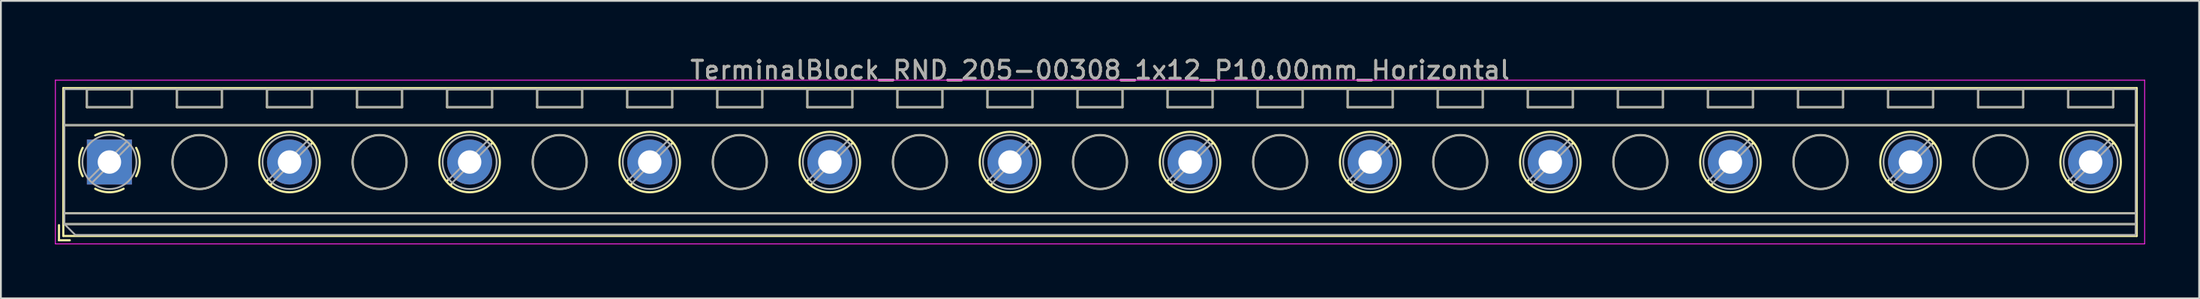
<source format=kicad_pcb>
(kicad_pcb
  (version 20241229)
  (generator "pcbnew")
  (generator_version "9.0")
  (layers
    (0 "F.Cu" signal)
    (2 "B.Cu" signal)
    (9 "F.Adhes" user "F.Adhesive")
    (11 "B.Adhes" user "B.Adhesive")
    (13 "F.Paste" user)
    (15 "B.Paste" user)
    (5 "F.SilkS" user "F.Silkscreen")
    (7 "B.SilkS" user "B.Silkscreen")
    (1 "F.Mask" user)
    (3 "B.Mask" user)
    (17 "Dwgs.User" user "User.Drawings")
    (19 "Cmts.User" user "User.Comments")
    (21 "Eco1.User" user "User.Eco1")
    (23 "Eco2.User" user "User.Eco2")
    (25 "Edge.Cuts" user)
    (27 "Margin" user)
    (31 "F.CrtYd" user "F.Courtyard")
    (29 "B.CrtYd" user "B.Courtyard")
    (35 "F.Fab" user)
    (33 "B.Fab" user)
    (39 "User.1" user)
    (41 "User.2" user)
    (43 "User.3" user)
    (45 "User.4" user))
  (footprint "TerminalBlock_RND_205-00308_1x12_P10.00mm_Horizontal"
    (layer "F.Cu")
    (at 3.025 5.958)
    (property "Reference" "TerminalBlock_RND_205-00308_1x12_P10.00mm_Horizontal" (at 55 -5.11 0) (layer "F.SilkS") (effects (font (size 1 1) (thickness 0.15))))
    (attr through_hole)
    (fp_line (start -2.8 3.51) (end -2.8 4.35) (stroke (width 0.12) (type solid)) (layer "F.SilkS"))
    (fp_line (start -2.8 4.35) (end -2.2 4.35) (stroke (width 0.12) (type solid)) (layer "F.SilkS"))
    (fp_line (start -2.56 -4.11) (end -2.56 4.11) (stroke (width 0.12) (type solid)) (layer "F.SilkS"))
    (fp_line (start -2.56 -4.11) (end 112.56 -4.11) (stroke (width 0.12) (type solid)) (layer "F.SilkS"))
    (fp_line (start -2.56 -2.05) (end 112.56 -2.05) (stroke (width 0.12) (type solid)) (layer "F.SilkS"))
    (fp_line (start -2.56 2.85) (end 112.56 2.85) (stroke (width 0.12) (type solid)) (layer "F.SilkS"))
    (fp_line (start -2.56 3.45) (end 112.56 3.45) (stroke (width 0.12) (type solid)) (layer "F.SilkS"))
    (fp_line (start -2.56 4.11) (end 112.56 4.11) (stroke (width 0.12) (type solid)) (layer "F.SilkS"))
    (fp_line (start -1.25 -4.05) (end -1.25 -3.05) (stroke (width 0.12) (type solid)) (layer "F.SilkS"))
    (fp_line (start -1.25 -4.05) (end 1.25 -4.05) (stroke (width 0.12) (type solid)) (layer "F.SilkS"))
    (fp_line (start -1.25 -3.05) (end 1.25 -3.05) (stroke (width 0.12) (type solid)) (layer "F.SilkS"))
    (fp_line (start 1.25 -4.05) (end 1.25 -3.05) (stroke (width 0.12) (type solid)) (layer "F.SilkS"))
    (fp_line (start 3.75 -4.05) (end 3.75 -3.05) (stroke (width 0.12) (type solid)) (layer "F.SilkS"))
    (fp_line (start 3.75 -4.05) (end 6.25 -4.05) (stroke (width 0.12) (type solid)) (layer "F.SilkS"))
    (fp_line (start 3.75 -3.05) (end 6.25 -3.05) (stroke (width 0.12) (type solid)) (layer "F.SilkS"))
    (fp_line (start 6.25 -4.05) (end 6.25 -3.05) (stroke (width 0.12) (type solid)) (layer "F.SilkS"))
    (fp_line (start 8.75 -4.05) (end 8.75 -3.05) (stroke (width 0.12) (type solid)) (layer "F.SilkS"))
    (fp_line (start 8.75 -4.05) (end 11.25 -4.05) (stroke (width 0.12) (type solid)) (layer "F.SilkS"))
    (fp_line (start 8.75 -3.05) (end 11.25 -3.05) (stroke (width 0.12) (type solid)) (layer "F.SilkS"))
    (fp_line (start 8.82 0.976) (end 8.726 1.069) (stroke (width 0.12) (type solid)) (layer "F.SilkS"))
    (fp_line (start 8.99 1.216) (end 8.931 1.274) (stroke (width 0.12) (type solid)) (layer "F.SilkS"))
    (fp_line (start 11.07 -1.275) (end 11.011 -1.216) (stroke (width 0.12) (type solid)) (layer "F.SilkS"))
    (fp_line (start 11.25 -4.05) (end 11.25 -3.05) (stroke (width 0.12) (type solid)) (layer "F.SilkS"))
    (fp_line (start 11.275 -1.069) (end 11.181 -0.976) (stroke (width 0.12) (type solid)) (layer "F.SilkS"))
    (fp_line (start 13.75 -4.05) (end 13.75 -3.05) (stroke (width 0.12) (type solid)) (layer "F.SilkS"))
    (fp_line (start 13.75 -4.05) (end 16.25 -4.05) (stroke (width 0.12) (type solid)) (layer "F.SilkS"))
    (fp_line (start 13.75 -3.05) (end 16.25 -3.05) (stroke (width 0.12) (type solid)) (layer "F.SilkS"))
    (fp_line (start 16.25 -4.05) (end 16.25 -3.05) (stroke (width 0.12) (type solid)) (layer "F.SilkS"))
    (fp_line (start 18.75 -4.05) (end 18.75 -3.05) (stroke (width 0.12) (type solid)) (layer "F.SilkS"))
    (fp_line (start 18.75 -4.05) (end 21.25 -4.05) (stroke (width 0.12) (type solid)) (layer "F.SilkS"))
    (fp_line (start 18.75 -3.05) (end 21.25 -3.05) (stroke (width 0.12) (type solid)) (layer "F.SilkS"))
    (fp_line (start 18.82 0.976) (end 18.726 1.069) (stroke (width 0.12) (type solid)) (layer "F.SilkS"))
    (fp_line (start 18.99 1.216) (end 18.931 1.274) (stroke (width 0.12) (type solid)) (layer "F.SilkS"))
    (fp_line (start 21.07 -1.275) (end 21.011 -1.216) (stroke (width 0.12) (type solid)) (layer "F.SilkS"))
    (fp_line (start 21.25 -4.05) (end 21.25 -3.05) (stroke (width 0.12) (type solid)) (layer "F.SilkS"))
    (fp_line (start 21.275 -1.069) (end 21.181 -0.976) (stroke (width 0.12) (type solid)) (layer "F.SilkS"))
    (fp_line (start 23.75 -4.05) (end 23.75 -3.05) (stroke (width 0.12) (type solid)) (layer "F.SilkS"))
    (fp_line (start 23.75 -4.05) (end 26.25 -4.05) (stroke (width 0.12) (type solid)) (layer "F.SilkS"))
    (fp_line (start 23.75 -3.05) (end 26.25 -3.05) (stroke (width 0.12) (type solid)) (layer "F.SilkS"))
    (fp_line (start 26.25 -4.05) (end 26.25 -3.05) (stroke (width 0.12) (type solid)) (layer "F.SilkS"))
    (fp_line (start 28.75 -4.05) (end 28.75 -3.05) (stroke (width 0.12) (type solid)) (layer "F.SilkS"))
    (fp_line (start 28.75 -4.05) (end 31.25 -4.05) (stroke (width 0.12) (type solid)) (layer "F.SilkS"))
    (fp_line (start 28.75 -3.05) (end 31.25 -3.05) (stroke (width 0.12) (type solid)) (layer "F.SilkS"))
    (fp_line (start 28.82 0.976) (end 28.726 1.069) (stroke (width 0.12) (type solid)) (layer "F.SilkS"))
    (fp_line (start 28.99 1.216) (end 28.931 1.274) (stroke (width 0.12) (type solid)) (layer "F.SilkS"))
    (fp_line (start 31.07 -1.275) (end 31.011 -1.216) (stroke (width 0.12) (type solid)) (layer "F.SilkS"))
    (fp_line (start 31.25 -4.05) (end 31.25 -3.05) (stroke (width 0.12) (type solid)) (layer "F.SilkS"))
    (fp_line (start 31.275 -1.069) (end 31.181 -0.976) (stroke (width 0.12) (type solid)) (layer "F.SilkS"))
    (fp_line (start 33.75 -4.05) (end 33.75 -3.05) (stroke (width 0.12) (type solid)) (layer "F.SilkS"))
    (fp_line (start 33.75 -4.05) (end 36.25 -4.05) (stroke (width 0.12) (type solid)) (layer "F.SilkS"))
    (fp_line (start 33.75 -3.05) (end 36.25 -3.05) (stroke (width 0.12) (type solid)) (layer "F.SilkS"))
    (fp_line (start 36.25 -4.05) (end 36.25 -3.05) (stroke (width 0.12) (type solid)) (layer "F.SilkS"))
    (fp_line (start 38.75 -4.05) (end 38.75 -3.05) (stroke (width 0.12) (type solid)) (layer "F.SilkS"))
    (fp_line (start 38.75 -4.05) (end 41.25 -4.05) (stroke (width 0.12) (type solid)) (layer "F.SilkS"))
    (fp_line (start 38.75 -3.05) (end 41.25 -3.05) (stroke (width 0.12) (type solid)) (layer "F.SilkS"))
    (fp_line (start 38.82 0.976) (end 38.726 1.069) (stroke (width 0.12) (type solid)) (layer "F.SilkS"))
    (fp_line (start 38.99 1.216) (end 38.931 1.274) (stroke (width 0.12) (type solid)) (layer "F.SilkS"))
    (fp_line (start 41.07 -1.275) (end 41.011 -1.216) (stroke (width 0.12) (type solid)) (layer "F.SilkS"))
    (fp_line (start 41.25 -4.05) (end 41.25 -3.05) (stroke (width 0.12) (type solid)) (layer "F.SilkS"))
    (fp_line (start 41.275 -1.069) (end 41.181 -0.976) (stroke (width 0.12) (type solid)) (layer "F.SilkS"))
    (fp_line (start 43.75 -4.05) (end 43.75 -3.05) (stroke (width 0.12) (type solid)) (layer "F.SilkS"))
    (fp_line (start 43.75 -4.05) (end 46.25 -4.05) (stroke (width 0.12) (type solid)) (layer "F.SilkS"))
    (fp_line (start 43.75 -3.05) (end 46.25 -3.05) (stroke (width 0.12) (type solid)) (layer "F.SilkS"))
    (fp_line (start 46.25 -4.05) (end 46.25 -3.05) (stroke (width 0.12) (type solid)) (layer "F.SilkS"))
    (fp_line (start 48.75 -4.05) (end 48.75 -3.05) (stroke (width 0.12) (type solid)) (layer "F.SilkS"))
    (fp_line (start 48.75 -4.05) (end 51.25 -4.05) (stroke (width 0.12) (type solid)) (layer "F.SilkS"))
    (fp_line (start 48.75 -3.05) (end 51.25 -3.05) (stroke (width 0.12) (type solid)) (layer "F.SilkS"))
    (fp_line (start 48.82 0.976) (end 48.726 1.069) (stroke (width 0.12) (type solid)) (layer "F.SilkS"))
    (fp_line (start 48.99 1.216) (end 48.931 1.274) (stroke (width 0.12) (type solid)) (layer "F.SilkS"))
    (fp_line (start 51.07 -1.275) (end 51.011 -1.216) (stroke (width 0.12) (type solid)) (layer "F.SilkS"))
    (fp_line (start 51.25 -4.05) (end 51.25 -3.05) (stroke (width 0.12) (type solid)) (layer "F.SilkS"))
    (fp_line (start 51.275 -1.069) (end 51.181 -0.976) (stroke (width 0.12) (type solid)) (layer "F.SilkS"))
    (fp_line (start 53.75 -4.05) (end 53.75 -3.05) (stroke (width 0.12) (type solid)) (layer "F.SilkS"))
    (fp_line (start 53.75 -4.05) (end 56.25 -4.05) (stroke (width 0.12) (type solid)) (layer "F.SilkS"))
    (fp_line (start 53.75 -3.05) (end 56.25 -3.05) (stroke (width 0.12) (type solid)) (layer "F.SilkS"))
    (fp_line (start 56.25 -4.05) (end 56.25 -3.05) (stroke (width 0.12) (type solid)) (layer "F.SilkS"))
    (fp_line (start 58.75 -4.05) (end 58.75 -3.05) (stroke (width 0.12) (type solid)) (layer "F.SilkS"))
    (fp_line (start 58.75 -4.05) (end 61.25 -4.05) (stroke (width 0.12) (type solid)) (layer "F.SilkS"))
    (fp_line (start 58.75 -3.05) (end 61.25 -3.05) (stroke (width 0.12) (type solid)) (layer "F.SilkS"))
    (fp_line (start 58.82 0.976) (end 58.726 1.069) (stroke (width 0.12) (type solid)) (layer "F.SilkS"))
    (fp_line (start 58.99 1.216) (end 58.931 1.274) (stroke (width 0.12) (type solid)) (layer "F.SilkS"))
    (fp_line (start 61.07 -1.275) (end 61.011 -1.216) (stroke (width 0.12) (type solid)) (layer "F.SilkS"))
    (fp_line (start 61.25 -4.05) (end 61.25 -3.05) (stroke (width 0.12) (type solid)) (layer "F.SilkS"))
    (fp_line (start 61.275 -1.069) (end 61.181 -0.976) (stroke (width 0.12) (type solid)) (layer "F.SilkS"))
    (fp_line (start 63.75 -4.05) (end 63.75 -3.05) (stroke (width 0.12) (type solid)) (layer "F.SilkS"))
    (fp_line (start 63.75 -4.05) (end 66.25 -4.05) (stroke (width 0.12) (type solid)) (layer "F.SilkS"))
    (fp_line (start 63.75 -3.05) (end 66.25 -3.05) (stroke (width 0.12) (type solid)) (layer "F.SilkS"))
    (fp_line (start 66.25 -4.05) (end 66.25 -3.05) (stroke (width 0.12) (type solid)) (layer "F.SilkS"))
    (fp_line (start 68.75 -4.05) (end 68.75 -3.05) (stroke (width 0.12) (type solid)) (layer "F.SilkS"))
    (fp_line (start 68.75 -4.05) (end 71.25 -4.05) (stroke (width 0.12) (type solid)) (layer "F.SilkS"))
    (fp_line (start 68.75 -3.05) (end 71.25 -3.05) (stroke (width 0.12) (type solid)) (layer "F.SilkS"))
    (fp_line (start 68.82 0.976) (end 68.726 1.069) (stroke (width 0.12) (type solid)) (layer "F.SilkS"))
    (fp_line (start 68.99 1.216) (end 68.931 1.274) (stroke (width 0.12) (type solid)) (layer "F.SilkS"))
    (fp_line (start 71.07 -1.275) (end 71.011 -1.216) (stroke (width 0.12) (type solid)) (layer "F.SilkS"))
    (fp_line (start 71.25 -4.05) (end 71.25 -3.05) (stroke (width 0.12) (type solid)) (layer "F.SilkS"))
    (fp_line (start 71.275 -1.069) (end 71.181 -0.976) (stroke (width 0.12) (type solid)) (layer "F.SilkS"))
    (fp_line (start 73.75 -4.05) (end 73.75 -3.05) (stroke (width 0.12) (type solid)) (layer "F.SilkS"))
    (fp_line (start 73.75 -4.05) (end 76.25 -4.05) (stroke (width 0.12) (type solid)) (layer "F.SilkS"))
    (fp_line (start 73.75 -3.05) (end 76.25 -3.05) (stroke (width 0.12) (type solid)) (layer "F.SilkS"))
    (fp_line (start 76.25 -4.05) (end 76.25 -3.05) (stroke (width 0.12) (type solid)) (layer "F.SilkS"))
    (fp_line (start 78.75 -4.05) (end 78.75 -3.05) (stroke (width 0.12) (type solid)) (layer "F.SilkS"))
    (fp_line (start 78.75 -4.05) (end 81.25 -4.05) (stroke (width 0.12) (type solid)) (layer "F.SilkS"))
    (fp_line (start 78.75 -3.05) (end 81.25 -3.05) (stroke (width 0.12) (type solid)) (layer "F.SilkS"))
    (fp_line (start 78.82 0.976) (end 78.726 1.069) (stroke (width 0.12) (type solid)) (layer "F.SilkS"))
    (fp_line (start 78.99 1.216) (end 78.931 1.274) (stroke (width 0.12) (type solid)) (layer "F.SilkS"))
    (fp_line (start 81.07 -1.275) (end 81.011 -1.216) (stroke (width 0.12) (type solid)) (layer "F.SilkS"))
    (fp_line (start 81.25 -4.05) (end 81.25 -3.05) (stroke (width 0.12) (type solid)) (layer "F.SilkS"))
    (fp_line (start 81.275 -1.069) (end 81.181 -0.976) (stroke (width 0.12) (type solid)) (layer "F.SilkS"))
    (fp_line (start 83.75 -4.05) (end 83.75 -3.05) (stroke (width 0.12) (type solid)) (layer "F.SilkS"))
    (fp_line (start 83.75 -4.05) (end 86.25 -4.05) (stroke (width 0.12) (type solid)) (layer "F.SilkS"))
    (fp_line (start 83.75 -3.05) (end 86.25 -3.05) (stroke (width 0.12) (type solid)) (layer "F.SilkS"))
    (fp_line (start 86.25 -4.05) (end 86.25 -3.05) (stroke (width 0.12) (type solid)) (layer "F.SilkS"))
    (fp_line (start 88.75 -4.05) (end 88.75 -3.05) (stroke (width 0.12) (type solid)) (layer "F.SilkS"))
    (fp_line (start 88.75 -4.05) (end 91.25 -4.05) (stroke (width 0.12) (type solid)) (layer "F.SilkS"))
    (fp_line (start 88.75 -3.05) (end 91.25 -3.05) (stroke (width 0.12) (type solid)) (layer "F.SilkS"))
    (fp_line (start 88.82 0.976) (end 88.726 1.069) (stroke (width 0.12) (type solid)) (layer "F.SilkS"))
    (fp_line (start 88.99 1.216) (end 88.931 1.274) (stroke (width 0.12) (type solid)) (layer "F.SilkS"))
    (fp_line (start 91.07 -1.275) (end 91.011 -1.216) (stroke (width 0.12) (type solid)) (layer "F.SilkS"))
    (fp_line (start 91.25 -4.05) (end 91.25 -3.05) (stroke (width 0.12) (type solid)) (layer "F.SilkS"))
    (fp_line (start 91.275 -1.069) (end 91.181 -0.976) (stroke (width 0.12) (type solid)) (layer "F.SilkS"))
    (fp_line (start 93.75 -4.05) (end 93.75 -3.05) (stroke (width 0.12) (type solid)) (layer "F.SilkS"))
    (fp_line (start 93.75 -4.05) (end 96.25 -4.05) (stroke (width 0.12) (type solid)) (layer "F.SilkS"))
    (fp_line (start 93.75 -3.05) (end 96.25 -3.05) (stroke (width 0.12) (type solid)) (layer "F.SilkS"))
    (fp_line (start 96.25 -4.05) (end 96.25 -3.05) (stroke (width 0.12) (type solid)) (layer "F.SilkS"))
    (fp_line (start 98.75 -4.05) (end 98.75 -3.05) (stroke (width 0.12) (type solid)) (layer "F.SilkS"))
    (fp_line (start 98.75 -4.05) (end 101.25 -4.05) (stroke (width 0.12) (type solid)) (layer "F.SilkS"))
    (fp_line (start 98.75 -3.05) (end 101.25 -3.05) (stroke (width 0.12) (type solid)) (layer "F.SilkS"))
    (fp_line (start 98.82 0.976) (end 98.726 1.069) (stroke (width 0.12) (type solid)) (layer "F.SilkS"))
    (fp_line (start 98.99 1.216) (end 98.931 1.274) (stroke (width 0.12) (type solid)) (layer "F.SilkS"))
    (fp_line (start 101.07 -1.275) (end 101.011 -1.216) (stroke (width 0.12) (type solid)) (layer "F.SilkS"))
    (fp_line (start 101.25 -4.05) (end 101.25 -3.05) (stroke (width 0.12) (type solid)) (layer "F.SilkS"))
    (fp_line (start 101.275 -1.069) (end 101.181 -0.976) (stroke (width 0.12) (type solid)) (layer "F.SilkS"))
    (fp_line (start 103.75 -4.05) (end 103.75 -3.05) (stroke (width 0.12) (type solid)) (layer "F.SilkS"))
    (fp_line (start 103.75 -4.05) (end 106.25 -4.05) (stroke (width 0.12) (type solid)) (layer "F.SilkS"))
    (fp_line (start 103.75 -3.05) (end 106.25 -3.05) (stroke (width 0.12) (type solid)) (layer "F.SilkS"))
    (fp_line (start 106.25 -4.05) (end 106.25 -3.05) (stroke (width 0.12) (type solid)) (layer "F.SilkS"))
    (fp_line (start 108.75 -4.05) (end 108.75 -3.05) (stroke (width 0.12) (type solid)) (layer "F.SilkS"))
    (fp_line (start 108.75 -4.05) (end 111.25 -4.05) (stroke (width 0.12) (type solid)) (layer "F.SilkS"))
    (fp_line (start 108.75 -3.05) (end 111.25 -3.05) (stroke (width 0.12) (type solid)) (layer "F.SilkS"))
    (fp_line (start 108.82 0.976) (end 108.726 1.069) (stroke (width 0.12) (type solid)) (layer "F.SilkS"))
    (fp_line (start 108.99 1.216) (end 108.931 1.274) (stroke (width 0.12) (type solid)) (layer "F.SilkS"))
    (fp_line (start 111.07 -1.275) (end 111.011 -1.216) (stroke (width 0.12) (type solid)) (layer "F.SilkS"))
    (fp_line (start 111.25 -4.05) (end 111.25 -3.05) (stroke (width 0.12) (type solid)) (layer "F.SilkS"))
    (fp_line (start 111.275 -1.069) (end 111.181 -0.976) (stroke (width 0.12) (type solid)) (layer "F.SilkS"))
    (fp_line (start 112.56 -4.11) (end 112.56 4.11) (stroke (width 0.12) (type solid)) (layer "F.SilkS"))
    (fp_arc (start -1.483953 0.789089) (mid -1.680708 0.00005) (end -1.484 -0.789) (stroke (width 0.12) (type solid)) (layer "F.SilkS"))
    (fp_arc (start -0.789089 -1.483953) (mid -0.00005 -1.680708) (end 0.789 -1.484) (stroke (width 0.12) (type solid)) (layer "F.SilkS"))
    (fp_arc (start 0.029383 1.68045) (mid -0.392304 1.634281) (end -0.789 1.484) (stroke (width 0.12) (type solid)) (layer "F.SilkS"))
    (fp_arc (start 0.788712 1.483352) (mid 0.406429 1.630097) (end 0 1.68) (stroke (width 0.12) (type solid)) (layer "F.SilkS"))
    (fp_arc (start 1.483953 -0.789089) (mid 1.680708 -0.00005) (end 1.484 0.789) (stroke (width 0.12) (type solid)) (layer "F.SilkS"))
    (fp_circle (center 5 0) (end 6.5 0) (stroke (width 0.12) (type solid)) (fill no) (layer "F.SilkS"))
    (fp_circle (center 10 0) (end 11.68 0) (stroke (width 0.12) (type solid)) (fill no) (layer "F.SilkS"))
    (fp_circle (center 15 0) (end 16.5 0) (stroke (width 0.12) (type solid)) (fill no) (layer "F.SilkS"))
    (fp_circle (center 20 0) (end 21.68 0) (stroke (width 0.12) (type solid)) (fill no) (layer "F.SilkS"))
    (fp_circle (center 25 0) (end 26.5 0) (stroke (width 0.12) (type solid)) (fill no) (layer "F.SilkS"))
    (fp_circle (center 30 0) (end 31.68 0) (stroke (width 0.12) (type solid)) (fill no) (layer "F.SilkS"))
    (fp_circle (center 35 0) (end 36.5 0) (stroke (width 0.12) (type solid)) (fill no) (layer "F.SilkS"))
    (fp_circle (center 40 0) (end 41.68 0) (stroke (width 0.12) (type solid)) (fill no) (layer "F.SilkS"))
    (fp_circle (center 45 0) (end 46.5 0) (stroke (width 0.12) (type solid)) (fill no) (layer "F.SilkS"))
    (fp_circle (center 50 0) (end 51.68 0) (stroke (width 0.12) (type solid)) (fill no) (layer "F.SilkS"))
    (fp_circle (center 55 0) (end 56.5 0) (stroke (width 0.12) (type solid)) (fill no) (layer "F.SilkS"))
    (fp_circle (center 60 0) (end 61.68 0) (stroke (width 0.12) (type solid)) (fill no) (layer "F.SilkS"))
    (fp_circle (center 65 0) (end 66.5 0) (stroke (width 0.12) (type solid)) (fill no) (layer "F.SilkS"))
    (fp_circle (center 70 0) (end 71.68 0) (stroke (width 0.12) (type solid)) (fill no) (layer "F.SilkS"))
    (fp_circle (center 75 0) (end 76.5 0) (stroke (width 0.12) (type solid)) (fill no) (layer "F.SilkS"))
    (fp_circle (center 80 0) (end 81.68 0) (stroke (width 0.12) (type solid)) (fill no) (layer "F.SilkS"))
    (fp_circle (center 85 0) (end 86.5 0) (stroke (width 0.12) (type solid)) (fill no) (layer "F.SilkS"))
    (fp_circle (center 90 0) (end 91.68 0) (stroke (width 0.12) (type solid)) (fill no) (layer "F.SilkS"))
    (fp_circle (center 95 0) (end 96.5 0) (stroke (width 0.12) (type solid)) (fill no) (layer "F.SilkS"))
    (fp_circle (center 100 0) (end 101.68 0) (stroke (width 0.12) (type solid)) (fill no) (layer "F.SilkS"))
    (fp_circle (center 105 0) (end 106.5 0) (stroke (width 0.12) (type solid)) (fill no) (layer "F.SilkS"))
    (fp_circle (center 110 0) (end 111.68 0) (stroke (width 0.12) (type solid)) (fill no) (layer "F.SilkS"))
    (fp_line (start -3 -4.55) (end -3 4.55) (stroke (width 0.05) (type solid)) (layer "F.CrtYd"))
    (fp_line (start -3 4.55) (end 113 4.55) (stroke (width 0.05) (type solid)) (layer "F.CrtYd"))
    (fp_line (start 113 -4.55) (end -3 -4.55) (stroke (width 0.05) (type solid)) (layer "F.CrtYd"))
    (fp_line (start 113 4.55) (end 113 -4.55) (stroke (width 0.05) (type solid)) (layer "F.CrtYd"))
    (fp_line (start -2.5 -4.05) (end 112.5 -4.05) (stroke (width 0.1) (type solid)) (layer "F.Fab"))
    (fp_line (start -2.5 -2.05) (end 112.5 -2.05) (stroke (width 0.1) (type solid)) (layer "F.Fab"))
    (fp_line (start -2.5 2.85) (end 112.5 2.85) (stroke (width 0.1) (type solid)) (layer "F.Fab"))
    (fp_line (start -2.5 3.45) (end -2.5 -4.05) (stroke (width 0.1) (type solid)) (layer "F.Fab"))
    (fp_line (start -2.5 3.45) (end 112.5 3.45) (stroke (width 0.1) (type solid)) (layer "F.Fab"))
    (fp_line (start -1.9 4.05) (end -2.5 3.45) (stroke (width 0.1) (type solid)) (layer "F.Fab"))
    (fp_line (start -1.25 -4.05) (end -1.25 -3.05) (stroke (width 0.1) (type solid)) (layer "F.Fab"))
    (fp_line (start -1.25 -3.05) (end 1.25 -3.05) (stroke (width 0.1) (type solid)) (layer "F.Fab"))
    (fp_line (start 0.955 -1.138) (end -1.138 0.955) (stroke (width 0.1) (type solid)) (layer "F.Fab"))
    (fp_line (start 1.138 -0.955) (end -0.955 1.138) (stroke (width 0.1) (type solid)) (layer "F.Fab"))
    (fp_line (start 1.25 -4.05) (end -1.25 -4.05) (stroke (width 0.1) (type solid)) (layer "F.Fab"))
    (fp_line (start 1.25 -3.05) (end 1.25 -4.05) (stroke (width 0.1) (type solid)) (layer "F.Fab"))
    (fp_line (start 3.75 -4.05) (end 3.75 -3.05) (stroke (width 0.1) (type solid)) (layer "F.Fab"))
    (fp_line (start 3.75 -3.05) (end 6.25 -3.05) (stroke (width 0.1) (type solid)) (layer "F.Fab"))
    (fp_line (start 6.25 -4.05) (end 3.75 -4.05) (stroke (width 0.1) (type solid)) (layer "F.Fab"))
    (fp_line (start 6.25 -3.05) (end 6.25 -4.05) (stroke (width 0.1) (type solid)) (layer "F.Fab"))
    (fp_line (start 8.75 -4.05) (end 8.75 -3.05) (stroke (width 0.1) (type solid)) (layer "F.Fab"))
    (fp_line (start 8.75 -3.05) (end 11.25 -3.05) (stroke (width 0.1) (type solid)) (layer "F.Fab"))
    (fp_line (start 10.955 -1.138) (end 8.863 0.955) (stroke (width 0.1) (type solid)) (layer "F.Fab"))
    (fp_line (start 11.138 -0.955) (end 9.046 1.138) (stroke (width 0.1) (type solid)) (layer "F.Fab"))
    (fp_line (start 11.25 -4.05) (end 8.75 -4.05) (stroke (width 0.1) (type solid)) (layer "F.Fab"))
    (fp_line (start 11.25 -3.05) (end 11.25 -4.05) (stroke (width 0.1) (type solid)) (layer "F.Fab"))
    (fp_line (start 13.75 -4.05) (end 13.75 -3.05) (stroke (width 0.1) (type solid)) (layer "F.Fab"))
    (fp_line (start 13.75 -3.05) (end 16.25 -3.05) (stroke (width 0.1) (type solid)) (layer "F.Fab"))
    (fp_line (start 16.25 -4.05) (end 13.75 -4.05) (stroke (width 0.1) (type solid)) (layer "F.Fab"))
    (fp_line (start 16.25 -3.05) (end 16.25 -4.05) (stroke (width 0.1) (type solid)) (layer "F.Fab"))
    (fp_line (start 18.75 -4.05) (end 18.75 -3.05) (stroke (width 0.1) (type solid)) (layer "F.Fab"))
    (fp_line (start 18.75 -3.05) (end 21.25 -3.05) (stroke (width 0.1) (type solid)) (layer "F.Fab"))
    (fp_line (start 20.955 -1.138) (end 18.863 0.955) (stroke (width 0.1) (type solid)) (layer "F.Fab"))
    (fp_line (start 21.138 -0.955) (end 19.046 1.138) (stroke (width 0.1) (type solid)) (layer "F.Fab"))
    (fp_line (start 21.25 -4.05) (end 18.75 -4.05) (stroke (width 0.1) (type solid)) (layer "F.Fab"))
    (fp_line (start 21.25 -3.05) (end 21.25 -4.05) (stroke (width 0.1) (type solid)) (layer "F.Fab"))
    (fp_line (start 23.75 -4.05) (end 23.75 -3.05) (stroke (width 0.1) (type solid)) (layer "F.Fab"))
    (fp_line (start 23.75 -3.05) (end 26.25 -3.05) (stroke (width 0.1) (type solid)) (layer "F.Fab"))
    (fp_line (start 26.25 -4.05) (end 23.75 -4.05) (stroke (width 0.1) (type solid)) (layer "F.Fab"))
    (fp_line (start 26.25 -3.05) (end 26.25 -4.05) (stroke (width 0.1) (type solid)) (layer "F.Fab"))
    (fp_line (start 28.75 -4.05) (end 28.75 -3.05) (stroke (width 0.1) (type solid)) (layer "F.Fab"))
    (fp_line (start 28.75 -3.05) (end 31.25 -3.05) (stroke (width 0.1) (type solid)) (layer "F.Fab"))
    (fp_line (start 30.955 -1.138) (end 28.863 0.955) (stroke (width 0.1) (type solid)) (layer "F.Fab"))
    (fp_line (start 31.138 -0.955) (end 29.046 1.138) (stroke (width 0.1) (type solid)) (layer "F.Fab"))
    (fp_line (start 31.25 -4.05) (end 28.75 -4.05) (stroke (width 0.1) (type solid)) (layer "F.Fab"))
    (fp_line (start 31.25 -3.05) (end 31.25 -4.05) (stroke (width 0.1) (type solid)) (layer "F.Fab"))
    (fp_line (start 33.75 -4.05) (end 33.75 -3.05) (stroke (width 0.1) (type solid)) (layer "F.Fab"))
    (fp_line (start 33.75 -3.05) (end 36.25 -3.05) (stroke (width 0.1) (type solid)) (layer "F.Fab"))
    (fp_line (start 36.25 -4.05) (end 33.75 -4.05) (stroke (width 0.1) (type solid)) (layer "F.Fab"))
    (fp_line (start 36.25 -3.05) (end 36.25 -4.05) (stroke (width 0.1) (type solid)) (layer "F.Fab"))
    (fp_line (start 38.75 -4.05) (end 38.75 -3.05) (stroke (width 0.1) (type solid)) (layer "F.Fab"))
    (fp_line (start 38.75 -3.05) (end 41.25 -3.05) (stroke (width 0.1) (type solid)) (layer "F.Fab"))
    (fp_line (start 40.955 -1.138) (end 38.863 0.955) (stroke (width 0.1) (type solid)) (layer "F.Fab"))
    (fp_line (start 41.138 -0.955) (end 39.046 1.138) (stroke (width 0.1) (type solid)) (layer "F.Fab"))
    (fp_line (start 41.25 -4.05) (end 38.75 -4.05) (stroke (width 0.1) (type solid)) (layer "F.Fab"))
    (fp_line (start 41.25 -3.05) (end 41.25 -4.05) (stroke (width 0.1) (type solid)) (layer "F.Fab"))
    (fp_line (start 43.75 -4.05) (end 43.75 -3.05) (stroke (width 0.1) (type solid)) (layer "F.Fab"))
    (fp_line (start 43.75 -3.05) (end 46.25 -3.05) (stroke (width 0.1) (type solid)) (layer "F.Fab"))
    (fp_line (start 46.25 -4.05) (end 43.75 -4.05) (stroke (width 0.1) (type solid)) (layer "F.Fab"))
    (fp_line (start 46.25 -3.05) (end 46.25 -4.05) (stroke (width 0.1) (type solid)) (layer "F.Fab"))
    (fp_line (start 48.75 -4.05) (end 48.75 -3.05) (stroke (width 0.1) (type solid)) (layer "F.Fab"))
    (fp_line (start 48.75 -3.05) (end 51.25 -3.05) (stroke (width 0.1) (type solid)) (layer "F.Fab"))
    (fp_line (start 50.955 -1.138) (end 48.863 0.955) (stroke (width 0.1) (type solid)) (layer "F.Fab"))
    (fp_line (start 51.138 -0.955) (end 49.046 1.138) (stroke (width 0.1) (type solid)) (layer "F.Fab"))
    (fp_line (start 51.25 -4.05) (end 48.75 -4.05) (stroke (width 0.1) (type solid)) (layer "F.Fab"))
    (fp_line (start 51.25 -3.05) (end 51.25 -4.05) (stroke (width 0.1) (type solid)) (layer "F.Fab"))
    (fp_line (start 53.75 -4.05) (end 53.75 -3.05) (stroke (width 0.1) (type solid)) (layer "F.Fab"))
    (fp_line (start 53.75 -3.05) (end 56.25 -3.05) (stroke (width 0.1) (type solid)) (layer "F.Fab"))
    (fp_line (start 56.25 -4.05) (end 53.75 -4.05) (stroke (width 0.1) (type solid)) (layer "F.Fab"))
    (fp_line (start 56.25 -3.05) (end 56.25 -4.05) (stroke (width 0.1) (type solid)) (layer "F.Fab"))
    (fp_line (start 58.75 -4.05) (end 58.75 -3.05) (stroke (width 0.1) (type solid)) (layer "F.Fab"))
    (fp_line (start 58.75 -3.05) (end 61.25 -3.05) (stroke (width 0.1) (type solid)) (layer "F.Fab"))
    (fp_line (start 60.955 -1.138) (end 58.863 0.955) (stroke (width 0.1) (type solid)) (layer "F.Fab"))
    (fp_line (start 61.138 -0.955) (end 59.046 1.138) (stroke (width 0.1) (type solid)) (layer "F.Fab"))
    (fp_line (start 61.25 -4.05) (end 58.75 -4.05) (stroke (width 0.1) (type solid)) (layer "F.Fab"))
    (fp_line (start 61.25 -3.05) (end 61.25 -4.05) (stroke (width 0.1) (type solid)) (layer "F.Fab"))
    (fp_line (start 63.75 -4.05) (end 63.75 -3.05) (stroke (width 0.1) (type solid)) (layer "F.Fab"))
    (fp_line (start 63.75 -3.05) (end 66.25 -3.05) (stroke (width 0.1) (type solid)) (layer "F.Fab"))
    (fp_line (start 66.25 -4.05) (end 63.75 -4.05) (stroke (width 0.1) (type solid)) (layer "F.Fab"))
    (fp_line (start 66.25 -3.05) (end 66.25 -4.05) (stroke (width 0.1) (type solid)) (layer "F.Fab"))
    (fp_line (start 68.75 -4.05) (end 68.75 -3.05) (stroke (width 0.1) (type solid)) (layer "F.Fab"))
    (fp_line (start 68.75 -3.05) (end 71.25 -3.05) (stroke (width 0.1) (type solid)) (layer "F.Fab"))
    (fp_line (start 70.955 -1.138) (end 68.863 0.955) (stroke (width 0.1) (type solid)) (layer "F.Fab"))
    (fp_line (start 71.138 -0.955) (end 69.046 1.138) (stroke (width 0.1) (type solid)) (layer "F.Fab"))
    (fp_line (start 71.25 -4.05) (end 68.75 -4.05) (stroke (width 0.1) (type solid)) (layer "F.Fab"))
    (fp_line (start 71.25 -3.05) (end 71.25 -4.05) (stroke (width 0.1) (type solid)) (layer "F.Fab"))
    (fp_line (start 73.75 -4.05) (end 73.75 -3.05) (stroke (width 0.1) (type solid)) (layer "F.Fab"))
    (fp_line (start 73.75 -3.05) (end 76.25 -3.05) (stroke (width 0.1) (type solid)) (layer "F.Fab"))
    (fp_line (start 76.25 -4.05) (end 73.75 -4.05) (stroke (width 0.1) (type solid)) (layer "F.Fab"))
    (fp_line (start 76.25 -3.05) (end 76.25 -4.05) (stroke (width 0.1) (type solid)) (layer "F.Fab"))
    (fp_line (start 78.75 -4.05) (end 78.75 -3.05) (stroke (width 0.1) (type solid)) (layer "F.Fab"))
    (fp_line (start 78.75 -3.05) (end 81.25 -3.05) (stroke (width 0.1) (type solid)) (layer "F.Fab"))
    (fp_line (start 80.955 -1.138) (end 78.863 0.955) (stroke (width 0.1) (type solid)) (layer "F.Fab"))
    (fp_line (start 81.138 -0.955) (end 79.046 1.138) (stroke (width 0.1) (type solid)) (layer "F.Fab"))
    (fp_line (start 81.25 -4.05) (end 78.75 -4.05) (stroke (width 0.1) (type solid)) (layer "F.Fab"))
    (fp_line (start 81.25 -3.05) (end 81.25 -4.05) (stroke (width 0.1) (type solid)) (layer "F.Fab"))
    (fp_line (start 83.75 -4.05) (end 83.75 -3.05) (stroke (width 0.1) (type solid)) (layer "F.Fab"))
    (fp_line (start 83.75 -3.05) (end 86.25 -3.05) (stroke (width 0.1) (type solid)) (layer "F.Fab"))
    (fp_line (start 86.25 -4.05) (end 83.75 -4.05) (stroke (width 0.1) (type solid)) (layer "F.Fab"))
    (fp_line (start 86.25 -3.05) (end 86.25 -4.05) (stroke (width 0.1) (type solid)) (layer "F.Fab"))
    (fp_line (start 88.75 -4.05) (end 88.75 -3.05) (stroke (width 0.1) (type solid)) (layer "F.Fab"))
    (fp_line (start 88.75 -3.05) (end 91.25 -3.05) (stroke (width 0.1) (type solid)) (layer "F.Fab"))
    (fp_line (start 90.955 -1.138) (end 88.863 0.955) (stroke (width 0.1) (type solid)) (layer "F.Fab"))
    (fp_line (start 91.138 -0.955) (end 89.046 1.138) (stroke (width 0.1) (type solid)) (layer "F.Fab"))
    (fp_line (start 91.25 -4.05) (end 88.75 -4.05) (stroke (width 0.1) (type solid)) (layer "F.Fab"))
    (fp_line (start 91.25 -3.05) (end 91.25 -4.05) (stroke (width 0.1) (type solid)) (layer "F.Fab"))
    (fp_line (start 93.75 -4.05) (end 93.75 -3.05) (stroke (width 0.1) (type solid)) (layer "F.Fab"))
    (fp_line (start 93.75 -3.05) (end 96.25 -3.05) (stroke (width 0.1) (type solid)) (layer "F.Fab"))
    (fp_line (start 96.25 -4.05) (end 93.75 -4.05) (stroke (width 0.1) (type solid)) (layer "F.Fab"))
    (fp_line (start 96.25 -3.05) (end 96.25 -4.05) (stroke (width 0.1) (type solid)) (layer "F.Fab"))
    (fp_line (start 98.75 -4.05) (end 98.75 -3.05) (stroke (width 0.1) (type solid)) (layer "F.Fab"))
    (fp_line (start 98.75 -3.05) (end 101.25 -3.05) (stroke (width 0.1) (type solid)) (layer "F.Fab"))
    (fp_line (start 100.955 -1.138) (end 98.863 0.955) (stroke (width 0.1) (type solid)) (layer "F.Fab"))
    (fp_line (start 101.138 -0.955) (end 99.046 1.138) (stroke (width 0.1) (type solid)) (layer "F.Fab"))
    (fp_line (start 101.25 -4.05) (end 98.75 -4.05) (stroke (width 0.1) (type solid)) (layer "F.Fab"))
    (fp_line (start 101.25 -3.05) (end 101.25 -4.05) (stroke (width 0.1) (type solid)) (layer "F.Fab"))
    (fp_line (start 103.75 -4.05) (end 103.75 -3.05) (stroke (width 0.1) (type solid)) (layer "F.Fab"))
    (fp_line (start 103.75 -3.05) (end 106.25 -3.05) (stroke (width 0.1) (type solid)) (layer "F.Fab"))
    (fp_line (start 106.25 -4.05) (end 103.75 -4.05) (stroke (width 0.1) (type solid)) (layer "F.Fab"))
    (fp_line (start 106.25 -3.05) (end 106.25 -4.05) (stroke (width 0.1) (type solid)) (layer "F.Fab"))
    (fp_line (start 108.75 -4.05) (end 108.75 -3.05) (stroke (width 0.1) (type solid)) (layer "F.Fab"))
    (fp_line (start 108.75 -3.05) (end 111.25 -3.05) (stroke (width 0.1) (type solid)) (layer "F.Fab"))
    (fp_line (start 110.955 -1.138) (end 108.863 0.955) (stroke (width 0.1) (type solid)) (layer "F.Fab"))
    (fp_line (start 111.138 -0.955) (end 109.046 1.138) (stroke (width 0.1) (type solid)) (layer "F.Fab"))
    (fp_line (start 111.25 -4.05) (end 108.75 -4.05) (stroke (width 0.1) (type solid)) (layer "F.Fab"))
    (fp_line (start 111.25 -3.05) (end 111.25 -4.05) (stroke (width 0.1) (type solid)) (layer "F.Fab"))
    (fp_line (start 112.5 -4.05) (end 112.5 4.05) (stroke (width 0.1) (type solid)) (layer "F.Fab"))
    (fp_line (start 112.5 4.05) (end -1.9 4.05) (stroke (width 0.1) (type solid)) (layer "F.Fab"))
    (fp_circle (center 0 0) (end 1.5 0) (stroke (width 0.1) (type solid)) (fill no) (layer "F.Fab"))
    (fp_circle (center 5 0) (end 6.5 0) (stroke (width 0.1) (type solid)) (fill no) (layer "F.Fab"))
    (fp_circle (center 10 0) (end 11.5 0) (stroke (width 0.1) (type solid)) (fill no) (layer "F.Fab"))
    (fp_circle (center 15 0) (end 16.5 0) (stroke (width 0.1) (type solid)) (fill no) (layer "F.Fab"))
    (fp_circle (center 20 0) (end 21.5 0) (stroke (width 0.1) (type solid)) (fill no) (layer "F.Fab"))
    (fp_circle (center 25 0) (end 26.5 0) (stroke (width 0.1) (type solid)) (fill no) (layer "F.Fab"))
    (fp_circle (center 30 0) (end 31.5 0) (stroke (width 0.1) (type solid)) (fill no) (layer "F.Fab"))
    (fp_circle (center 35 0) (end 36.5 0) (stroke (width 0.1) (type solid)) (fill no) (layer "F.Fab"))
    (fp_circle (center 40 0) (end 41.5 0) (stroke (width 0.1) (type solid)) (fill no) (layer "F.Fab"))
    (fp_circle (center 45 0) (end 46.5 0) (stroke (width 0.1) (type solid)) (fill no) (layer "F.Fab"))
    (fp_circle (center 50 0) (end 51.5 0) (stroke (width 0.1) (type solid)) (fill no) (layer "F.Fab"))
    (fp_circle (center 55 0) (end 56.5 0) (stroke (width 0.1) (type solid)) (fill no) (layer "F.Fab"))
    (fp_circle (center 60 0) (end 61.5 0) (stroke (width 0.1) (type solid)) (fill no) (layer "F.Fab"))
    (fp_circle (center 65 0) (end 66.5 0) (stroke (width 0.1) (type solid)) (fill no) (layer "F.Fab"))
    (fp_circle (center 70 0) (end 71.5 0) (stroke (width 0.1) (type solid)) (fill no) (layer "F.Fab"))
    (fp_circle (center 75 0) (end 76.5 0) (stroke (width 0.1) (type solid)) (fill no) (layer "F.Fab"))
    (fp_circle (center 80 0) (end 81.5 0) (stroke (width 0.1) (type solid)) (fill no) (layer "F.Fab"))
    (fp_circle (center 85 0) (end 86.5 0) (stroke (width 0.1) (type solid)) (fill no) (layer "F.Fab"))
    (fp_circle (center 90 0) (end 91.5 0) (stroke (width 0.1) (type solid)) (fill no) (layer "F.Fab"))
    (fp_circle (center 95 0) (end 96.5 0) (stroke (width 0.1) (type solid)) (fill no) (layer "F.Fab"))
    (fp_circle (center 100 0) (end 101.5 0) (stroke (width 0.1) (type solid)) (fill no) (layer "F.Fab"))
    (fp_circle (center 105 0) (end 106.5 0) (stroke (width 0.1) (type solid)) (fill no) (layer "F.Fab"))
    (fp_circle (center 110 0) (end 111.5 0) (stroke (width 0.1) (type solid)) (fill no) (layer "F.Fab"))
    (fp_text user "${REFERENCE}" (at 55 -5.11 0) (layer "F.Fab") (effects (font (size 1 1) (thickness 0.15))))
    (pad "1" thru_hole rect (at 0 0) (size 2.5 2.5) (drill 1.3) (layers "*.Cu" "*.Mask"))
    (pad "2" thru_hole circle (at 10 0) (size 2.5 2.5) (drill 1.3) (layers "*.Cu" "*.Mask"))
    (pad "3" thru_hole circle (at 20 0) (size 2.5 2.5) (drill 1.3) (layers "*.Cu" "*.Mask"))
    (pad "4" thru_hole circle (at 30 0) (size 2.5 2.5) (drill 1.3) (layers "*.Cu" "*.Mask"))
    (pad "5" thru_hole circle (at 40 0) (size 2.5 2.5) (drill 1.3) (layers "*.Cu" "*.Mask"))
    (pad "6" thru_hole circle (at 50 0) (size 2.5 2.5) (drill 1.3) (layers "*.Cu" "*.Mask"))
    (pad "7" thru_hole circle (at 60 0) (size 2.5 2.5) (drill 1.3) (layers "*.Cu" "*.Mask"))
    (pad "8" thru_hole circle (at 70 0) (size 2.5 2.5) (drill 1.3) (layers "*.Cu" "*.Mask"))
    (pad "9" thru_hole circle (at 80 0) (size 2.5 2.5) (drill 1.3) (layers "*.Cu" "*.Mask"))
    (pad "10" thru_hole circle (at 90 0) (size 2.5 2.5) (drill 1.3) (layers "*.Cu" "*.Mask"))
    (pad "11" thru_hole circle (at 100 0) (size 2.5 2.5) (drill 1.3) (layers "*.Cu" "*.Mask"))
    (pad "12" thru_hole circle (at 110 0) (size 2.5 2.5) (drill 1.3) (layers "*.Cu" "*.Mask")))
  (gr_rect
    (start -3 -3)
    (end 119.05 13.533)
    (stroke (width 0.1) (type default))
    (fill no)
    (layer "Edge.Cuts")))
</source>
